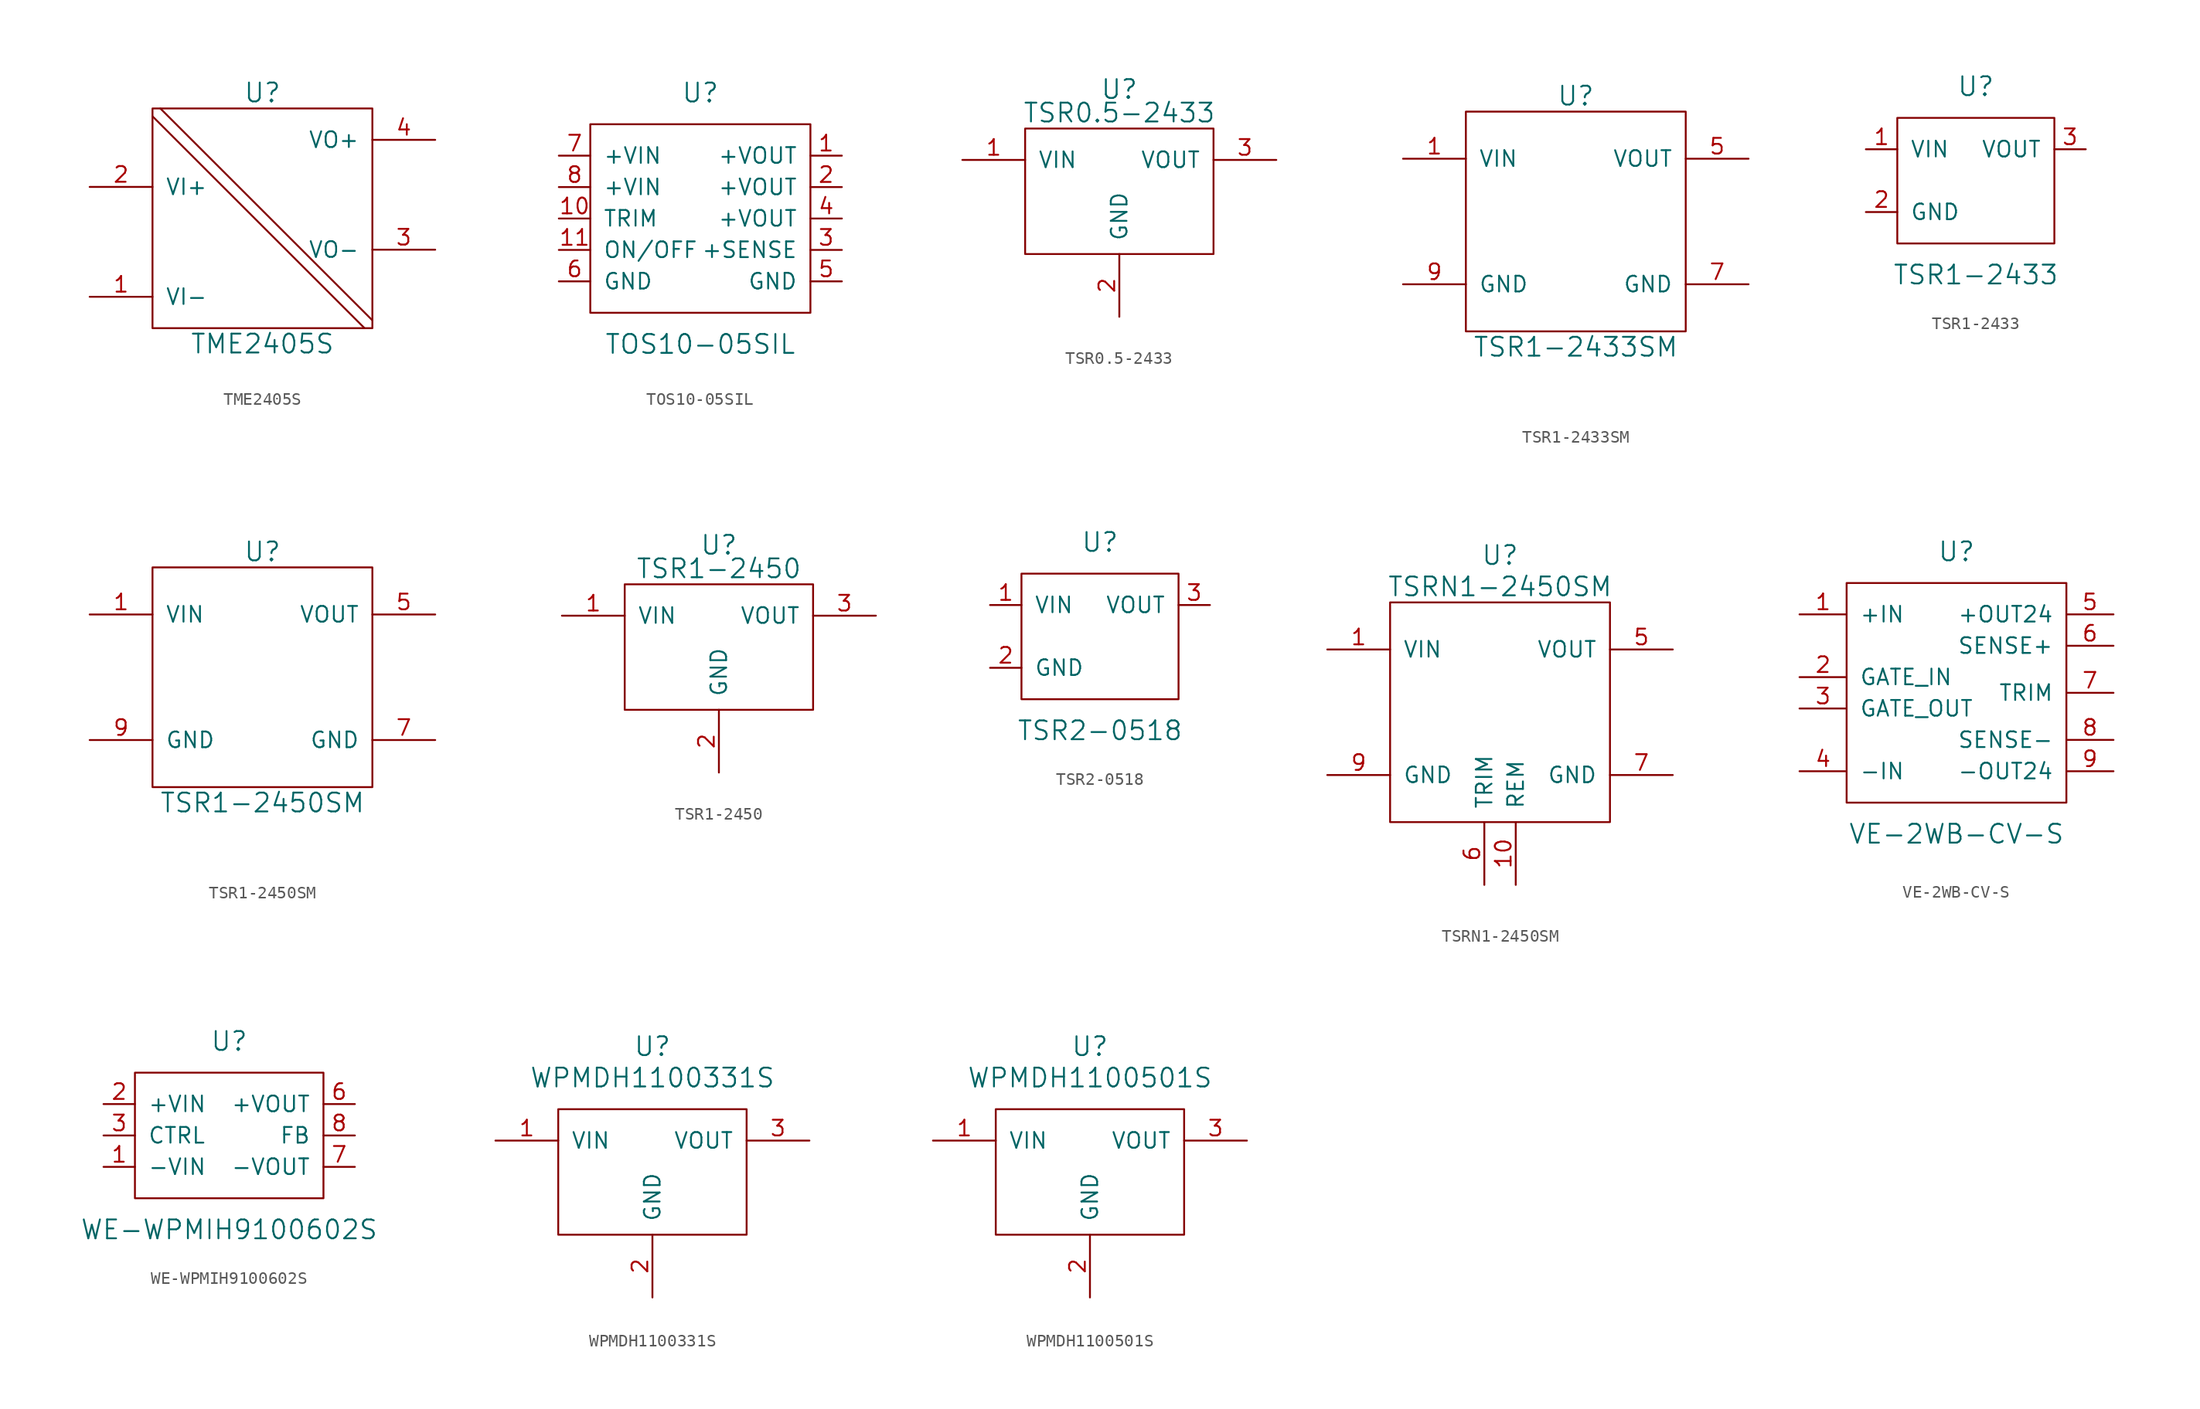
<source format=kicad_sym>
(kicad_symbol_lib
  (version 20201005)
  (generator kicad_symbol_editor)
  (symbol "TME2405S"
    (pin_names
      (offset 1.016))
    (property "Reference" "U"
      (at 0 10.16 0)
      (effects (font (size 1.524 1.524))))
    (property "Value" "TME2405S"
      (at 0 -10.16 0)
      (effects (font (size 1.524 1.524))))
    (property "Footprint" ""
      (at 0 0 0)
      (effects (font (size 1.524 1.524))))
    (symbol "TME2405S_0_1"
      (rectangle (start -8.89 8.89) (end 8.89 -8.89) (stroke (width 0)) (fill (type none)))
      (polyline (pts (xy -8.89 8.255) (xy 8.255 -8.89)) (stroke (width 0)) (fill (type none)))
      (polyline (pts (xy -8.255 8.89) (xy 8.89 -8.255)) (stroke (width 0)) (fill (type none))))
    (symbol "TME2405S_1_1"
      (pin power_in line (at -13.97 -6.35 0) (length 5.08) (name "VI-" (effects (font (size 1.27 1.27)))) (number "1" (effects (font (size 1.27 1.27)))))
      (pin power_in line (at -13.97 2.54 0) (length 5.08) (name "VI+" (effects (font (size 1.27 1.27)))) (number "2" (effects (font (size 1.27 1.27)))))
      (pin power_out line (at 13.97 -2.54 180) (length 5.08) (name "VO-" (effects (font (size 1.27 1.27)))) (number "3" (effects (font (size 1.27 1.27)))))
      (pin power_out line (at 13.97 6.35 180) (length 5.08) (name "VO+" (effects (font (size 1.27 1.27)))) (number "4" (effects (font (size 1.27 1.27)))))))
  (symbol "TOS10-05SIL"
    (pin_names
      (offset 1.016))
    (property "Reference" "U"
      (at 0 10.16 0)
      (effects (font (size 1.524 1.524))))
    (property "Value" "TOS10-05SIL"
      (at 0 -10.16 0)
      (effects (font (size 1.524 1.524))))
    (symbol "TOS10-05SIL_0_1"
      (rectangle (start -8.89 7.62) (end 8.89 -7.62) (stroke (width 0)) (fill (type none))))
    (symbol "TOS10-05SIL_1_1"
      (pin power_out line (at 11.43 5.08 180) (length 2.54) (name "+VOUT" (effects (font (size 1.27 1.27)))) (number "1" (effects (font (size 1.27 1.27)))))
      (pin input line (at -11.43 0 0) (length 2.54) (name "TRIM" (effects (font (size 1.27 1.27)))) (number "10" (effects (font (size 1.27 1.27)))))
      (pin power_in line (at -11.43 -2.54 0) (length 2.54) (name "ON/OFF" (effects (font (size 1.27 1.27)))) (number "11" (effects (font (size 1.27 1.27)))))
      (pin power_out line (at 11.43 2.54 180) (length 2.54) (name "+VOUT" (effects (font (size 1.27 1.27)))) (number "2" (effects (font (size 1.27 1.27)))))
      (pin power_in line (at 11.43 -2.54 180) (length 2.54) (name "+SENSE" (effects (font (size 1.27 1.27)))) (number "3" (effects (font (size 1.27 1.27)))))
      (pin power_out line (at 11.43 0 180) (length 2.54) (name "+VOUT" (effects (font (size 1.27 1.27)))) (number "4" (effects (font (size 1.27 1.27)))))
      (pin power_out line (at 11.43 -5.08 180) (length 2.54) (name "GND" (effects (font (size 1.27 1.27)))) (number "5" (effects (font (size 1.27 1.27)))))
      (pin power_in line (at -11.43 -5.08 0) (length 2.54) (name "GND" (effects (font (size 1.27 1.27)))) (number "6" (effects (font (size 1.27 1.27)))))
      (pin power_in line (at -11.43 5.08 0) (length 2.54) (name "+VIN" (effects (font (size 1.27 1.27)))) (number "7" (effects (font (size 1.27 1.27)))))
      (pin power_in line (at -11.43 2.54 0) (length 2.54) (name "+VIN" (effects (font (size 1.27 1.27)))) (number "8" (effects (font (size 1.27 1.27)))))))
  (symbol "TSR0.5-2433"
    (pin_names
      (offset 1.016))
    (property "Reference" "U"
      (at 0 8.255 0)
      (effects (font (size 1.524 1.524))))
    (property "Value" "TSR0.5-2433"
      (at 0 6.35 0)
      (effects (font (size 1.524 1.524))))
    (property "Footprint" ""
      (at 0 1.905 0)
      (effects (font (size 1.524 1.524))))
    (symbol "TSR0.5-2433_0_1"
      (rectangle (start -7.62 5.08) (end 7.62 -5.08) (stroke (width 0)) (fill (type none))))
    (symbol "TSR0.5-2433_1_1"
      (pin power_in line (at -12.7 2.54 0) (length 5.08) (name "VIN" (effects (font (size 1.27 1.27)))) (number "1" (effects (font (size 1.27 1.27)))))
      (pin power_in line (at 0 -10.16 90) (length 5.08) (name "GND" (effects (font (size 1.27 1.27)))) (number "2" (effects (font (size 1.27 1.27)))))
      (pin power_out line (at 12.7 2.54 180) (length 5.08) (name "VOUT" (effects (font (size 1.27 1.27)))) (number "3" (effects (font (size 1.27 1.27)))))))
  (symbol "TSR1-2433SM"
    (pin_names
      (offset 1.016))
    (property "Reference" "U"
      (at 0 10.16 0)
      (effects (font (size 1.524 1.524))))
    (property "Value" "TSR1-2433SM"
      (at 0 -10.16 0)
      (effects (font (size 1.524 1.524))))
    (property "Footprint" ""
      (at 0 0 0)
      (effects (font (size 1.524 1.524))))
    (symbol "TSR1-2433SM_0_1"
      (rectangle (start -8.89 8.89) (end 8.89 -8.89) (stroke (width 0)) (fill (type none))))
    (symbol "TSR1-2433SM_1_1"
      (pin power_in line (at -13.97 5.08 0) (length 5.08) (name "VIN" (effects (font (size 1.27 1.27)))) (number "1" (effects (font (size 1.27 1.27)))))
      (pin power_out line (at 13.97 5.08 180) (length 5.08) (name "VOUT" (effects (font (size 1.27 1.27)))) (number "5" (effects (font (size 1.27 1.27)))))
      (pin unconnected line (at -1.27 -13.97 90) (length 5.08) hide (name "NC" (effects (font (size 1.27 1.27)))) (number "6" (effects (font (size 1.27 1.27)))))
      (pin power_out line (at 13.97 -5.08 180) (length 5.08) (name "GND" (effects (font (size 1.27 1.27)))) (number "7" (effects (font (size 1.27 1.27)))))
      (pin power_in line (at -13.97 -5.08 0) (length 5.08) (name "GND" (effects (font (size 1.27 1.27)))) (number "9" (effects (font (size 1.27 1.27)))))
      (pin unconnected line (at 1.27 -13.97 90) (length 5.08) hide (name "10" (effects (font (size 1.27 1.27)))) (number "NC" (effects (font (size 1.27 1.27)))))))
  (symbol "TSR1-2433"
    (pin_names
      (offset 1.016))
    (property "Reference" "U"
      (at 0 7.62 0)
      (effects (font (size 1.524 1.524))))
    (property "Value" "TSR1-2433"
      (at 0 -7.62 0)
      (effects (font (size 1.524 1.524))))
    (symbol "TSR1-2433_0_1"
      (rectangle (start -6.35 5.08) (end 6.35 -5.08) (stroke (width 0)) (fill (type none))))
    (symbol "TSR1-2433_1_1"
      (pin power_in line (at -8.89 2.54 0) (length 2.54) (name "VIN" (effects (font (size 1.27 1.27)))) (number "1" (effects (font (size 1.27 1.27)))))
      (pin power_in line (at -8.89 -2.54 0) (length 2.54) (name "GND" (effects (font (size 1.27 1.27)))) (number "2" (effects (font (size 1.27 1.27)))))
      (pin power_out line (at 8.89 2.54 180) (length 2.54) (name "VOUT" (effects (font (size 1.27 1.27)))) (number "3" (effects (font (size 1.27 1.27)))))))
  (symbol "TSR1-2450SM"
    (pin_names
      (offset 1.016))
    (property "Reference" "U"
      (at 0 10.16 0)
      (effects (font (size 1.524 1.524))))
    (property "Value" "TSR1-2450SM"
      (at 0 -10.16 0)
      (effects (font (size 1.524 1.524))))
    (property "Footprint" ""
      (at 0 0 0)
      (effects (font (size 1.524 1.524))))
    (symbol "TSR1-2450SM_0_1"
      (rectangle (start -8.89 8.89) (end 8.89 -8.89) (stroke (width 0)) (fill (type none))))
    (symbol "TSR1-2450SM_1_1"
      (pin power_in line (at -13.97 5.08 0) (length 5.08) (name "VIN" (effects (font (size 1.27 1.27)))) (number "1" (effects (font (size 1.27 1.27)))))
      (pin power_out line (at 13.97 5.08 180) (length 5.08) (name "VOUT" (effects (font (size 1.27 1.27)))) (number "5" (effects (font (size 1.27 1.27)))))
      (pin unconnected line (at -1.27 -13.97 90) (length 5.08) hide (name "NC" (effects (font (size 1.27 1.27)))) (number "6" (effects (font (size 1.27 1.27)))))
      (pin power_out line (at 13.97 -5.08 180) (length 5.08) (name "GND" (effects (font (size 1.27 1.27)))) (number "7" (effects (font (size 1.27 1.27)))))
      (pin power_in line (at -13.97 -5.08 0) (length 5.08) (name "GND" (effects (font (size 1.27 1.27)))) (number "9" (effects (font (size 1.27 1.27)))))
      (pin unconnected line (at 1.27 -13.97 90) (length 5.08) hide (name "10" (effects (font (size 1.27 1.27)))) (number "NC" (effects (font (size 1.27 1.27)))))))
  (symbol "TSR1-2450"
    (pin_names
      (offset 1.016))
    (property "Reference" "U"
      (at 0 8.255 0)
      (effects (font (size 1.524 1.524))))
    (property "Value" "TSR1-2450"
      (at 0 6.35 0)
      (effects (font (size 1.524 1.524))))
    (property "Footprint" ""
      (at 0 1.905 0)
      (effects (font (size 1.524 1.524))))
    (symbol "TSR1-2450_0_1"
      (rectangle (start -7.62 5.08) (end 7.62 -5.08) (stroke (width 0)) (fill (type none))))
    (symbol "TSR1-2450_1_1"
      (pin power_in line (at -12.7 2.54 0) (length 5.08) (name "VIN" (effects (font (size 1.27 1.27)))) (number "1" (effects (font (size 1.27 1.27)))))
      (pin power_in line (at 0 -10.16 90) (length 5.08) (name "GND" (effects (font (size 1.27 1.27)))) (number "2" (effects (font (size 1.27 1.27)))))
      (pin power_out line (at 12.7 2.54 180) (length 5.08) (name "VOUT" (effects (font (size 1.27 1.27)))) (number "3" (effects (font (size 1.27 1.27)))))))
  (symbol "TSR2-0518"
    (pin_names
      (offset 1.016))
    (property "Reference" "U"
      (at 0 7.62 0)
      (effects (font (size 1.524 1.524))))
    (property "Value" "TSR2-0518"
      (at 0 -7.62 0)
      (effects (font (size 1.524 1.524))))
    (symbol "TSR2-0518_0_1"
      (rectangle (start -6.35 5.08) (end 6.35 -5.08) (stroke (width 0)) (fill (type none))))
    (symbol "TSR2-0518_1_1"
      (pin power_in line (at -8.89 2.54 0) (length 2.54) (name "VIN" (effects (font (size 1.27 1.27)))) (number "1" (effects (font (size 1.27 1.27)))))
      (pin power_in line (at -8.89 -2.54 0) (length 2.54) (name "GND" (effects (font (size 1.27 1.27)))) (number "2" (effects (font (size 1.27 1.27)))))
      (pin power_out line (at 8.89 2.54 180) (length 2.54) (name "VOUT" (effects (font (size 1.27 1.27)))) (number "3" (effects (font (size 1.27 1.27)))))))
  (symbol "TSRN1-2450SM"
    (pin_names
      (offset 1.016))
    (property "Reference" "U"
      (at 0 12.7 0)
      (effects (font (size 1.524 1.524))))
    (property "Value" "TSRN1-2450SM"
      (at 0 10.16 0)
      (effects (font (size 1.524 1.524))))
    (property "Footprint" ""
      (at 0 0 0)
      (effects (font (size 1.524 1.524))))
    (symbol "TSRN1-2450SM_0_1"
      (rectangle (start -8.89 8.89) (end 8.89 -8.89) (stroke (width 0)) (fill (type none))))
    (symbol "TSRN1-2450SM_1_1"
      (pin power_in line (at -13.97 5.08 0) (length 5.08) (name "VIN" (effects (font (size 1.27 1.27)))) (number "1" (effects (font (size 1.27 1.27)))))
      (pin input line (at 1.27 -13.97 90) (length 5.08) (name "REM" (effects (font (size 1.27 1.27)))) (number "10" (effects (font (size 1.27 1.27)))))
      (pin power_out line (at 13.97 5.08 180) (length 5.08) (name "VOUT" (effects (font (size 1.27 1.27)))) (number "5" (effects (font (size 1.27 1.27)))))
      (pin unspecified line (at -1.27 -13.97 90) (length 5.08) (name "TRIM" (effects (font (size 1.27 1.27)))) (number "6" (effects (font (size 1.27 1.27)))))
      (pin power_out line (at 13.97 -5.08 180) (length 5.08) (name "GND" (effects (font (size 1.27 1.27)))) (number "7" (effects (font (size 1.27 1.27)))))
      (pin power_in line (at -13.97 -5.08 0) (length 5.08) (name "GND" (effects (font (size 1.27 1.27)))) (number "9" (effects (font (size 1.27 1.27)))))))
  (symbol "VE-2WB-CV-S"
    (pin_names
      (offset 1.016))
    (property "Reference" "U"
      (at 0 11.43 0)
      (effects (font (size 1.524 1.524))))
    (property "Value" "VE-2WB-CV-S"
      (at 0 -11.43 0)
      (effects (font (size 1.524 1.524))))
    (symbol "VE-2WB-CV-S_0_1"
      (rectangle (start -8.89 8.89) (end 8.89 -8.89) (stroke (width 0)) (fill (type none))))
    (symbol "VE-2WB-CV-S_1_1"
      (pin power_in line (at -12.7 6.35 0) (length 3.81) (name "+IN" (effects (font (size 1.27 1.27)))) (number "1" (effects (font (size 1.27 1.27)))))
      (pin input line (at -12.7 1.27 0) (length 3.81) (name "GATE_IN" (effects (font (size 1.27 1.27)))) (number "2" (effects (font (size 1.27 1.27)))))
      (pin output line (at -12.7 -1.27 0) (length 3.81) (name "GATE_OUT" (effects (font (size 1.27 1.27)))) (number "3" (effects (font (size 1.27 1.27)))))
      (pin power_in line (at -12.7 -6.35 0) (length 3.81) (name "-IN" (effects (font (size 1.27 1.27)))) (number "4" (effects (font (size 1.27 1.27)))))
      (pin power_out line (at 12.7 6.35 180) (length 3.81) (name "+OUT24" (effects (font (size 1.27 1.27)))) (number "5" (effects (font (size 1.27 1.27)))))
      (pin output line (at 12.7 3.81 180) (length 3.81) (name "SENSE+" (effects (font (size 1.27 1.27)))) (number "6" (effects (font (size 1.27 1.27)))))
      (pin output line (at 12.7 0 180) (length 3.81) (name "TRIM" (effects (font (size 1.27 1.27)))) (number "7" (effects (font (size 1.27 1.27)))))
      (pin output line (at 12.7 -3.81 180) (length 3.81) (name "SENSE-" (effects (font (size 1.27 1.27)))) (number "8" (effects (font (size 1.27 1.27)))))
      (pin power_out line (at 12.7 -6.35 180) (length 3.81) (name "-OUT24" (effects (font (size 1.27 1.27)))) (number "9" (effects (font (size 1.27 1.27)))))))
  (symbol "WE-WPMIH9100602S"
    (pin_names
      (offset 1.016))
    (property "Reference" "U"
      (at 0 7.62 0)
      (effects (font (size 1.524 1.524))))
    (property "Value" "WE-WPMIH9100602S"
      (at 0 -7.62 0)
      (effects (font (size 1.524 1.524))))
    (symbol "WE-WPMIH9100602S_0_1"
      (rectangle (start -7.62 5.08) (end 7.62 -5.08) (stroke (width 0)) (fill (type none))))
    (symbol "WE-WPMIH9100602S_1_1"
      (pin power_in line (at -10.16 -2.54 0) (length 2.54) (name "-VIN" (effects (font (size 1.27 1.27)))) (number "1" (effects (font (size 1.27 1.27)))))
      (pin power_in line (at -10.16 2.54 0) (length 2.54) (name "+VIN" (effects (font (size 1.27 1.27)))) (number "2" (effects (font (size 1.27 1.27)))))
      (pin input line (at -10.16 0 0) (length 2.54) (name "CTRL" (effects (font (size 1.27 1.27)))) (number "3" (effects (font (size 1.27 1.27)))))
      (pin power_out line (at 10.16 2.54 180) (length 2.54) (name "+VOUT" (effects (font (size 1.27 1.27)))) (number "6" (effects (font (size 1.27 1.27)))))
      (pin power_out line (at 10.16 -2.54 180) (length 2.54) (name "-VOUT" (effects (font (size 1.27 1.27)))) (number "7" (effects (font (size 1.27 1.27)))))
      (pin input line (at 10.16 0 180) (length 2.54) (name "FB" (effects (font (size 1.27 1.27)))) (number "8" (effects (font (size 1.27 1.27)))))))
  (symbol "WPMDH1100331S"
    (pin_names
      (offset 1.016))
    (property "Reference" "U"
      (at 0 10.16 0)
      (effects (font (size 1.524 1.524))))
    (property "Value" "WPMDH1100331S"
      (at 0 7.62 0)
      (effects (font (size 1.524 1.524))))
    (symbol "WPMDH1100331S_0_1"
      (rectangle (start -7.62 5.08) (end 7.62 -5.08) (stroke (width 0)) (fill (type none))))
    (symbol "WPMDH1100331S_1_1"
      (pin power_in line (at -12.7 2.54 0) (length 5.08) (name "VIN" (effects (font (size 1.27 1.27)))) (number "1" (effects (font (size 1.27 1.27)))))
      (pin power_in line (at 0 -10.16 90) (length 5.08) (name "GND" (effects (font (size 1.27 1.27)))) (number "2" (effects (font (size 1.27 1.27)))))
      (pin power_out line (at 12.7 2.54 180) (length 5.08) (name "VOUT" (effects (font (size 1.27 1.27)))) (number "3" (effects (font (size 1.27 1.27)))))))
  (symbol "WPMDH1100501S"
    (pin_names
      (offset 1.016))
    (property "Reference" "U"
      (at 0 10.16 0)
      (effects (font (size 1.524 1.524))))
    (property "Value" "WPMDH1100501S"
      (at 0 7.62 0)
      (effects (font (size 1.524 1.524))))
    (property "Footprint" ""
      (at 0 1.905 0)
      (effects (font (size 1.524 1.524))))
    (symbol "WPMDH1100501S_0_1"
      (rectangle (start -7.62 5.08) (end 7.62 -5.08) (stroke (width 0)) (fill (type none))))
    (symbol "WPMDH1100501S_1_1"
      (pin power_in line (at -12.7 2.54 0) (length 5.08) (name "VIN" (effects (font (size 1.27 1.27)))) (number "1" (effects (font (size 1.27 1.27)))))
      (pin power_in line (at 0 -10.16 90) (length 5.08) (name "GND" (effects (font (size 1.27 1.27)))) (number "2" (effects (font (size 1.27 1.27)))))
      (pin power_out line (at 12.7 2.54 180) (length 5.08) (name "VOUT" (effects (font (size 1.27 1.27)))) (number "3" (effects (font (size 1.27 1.27))))))))
</source>
